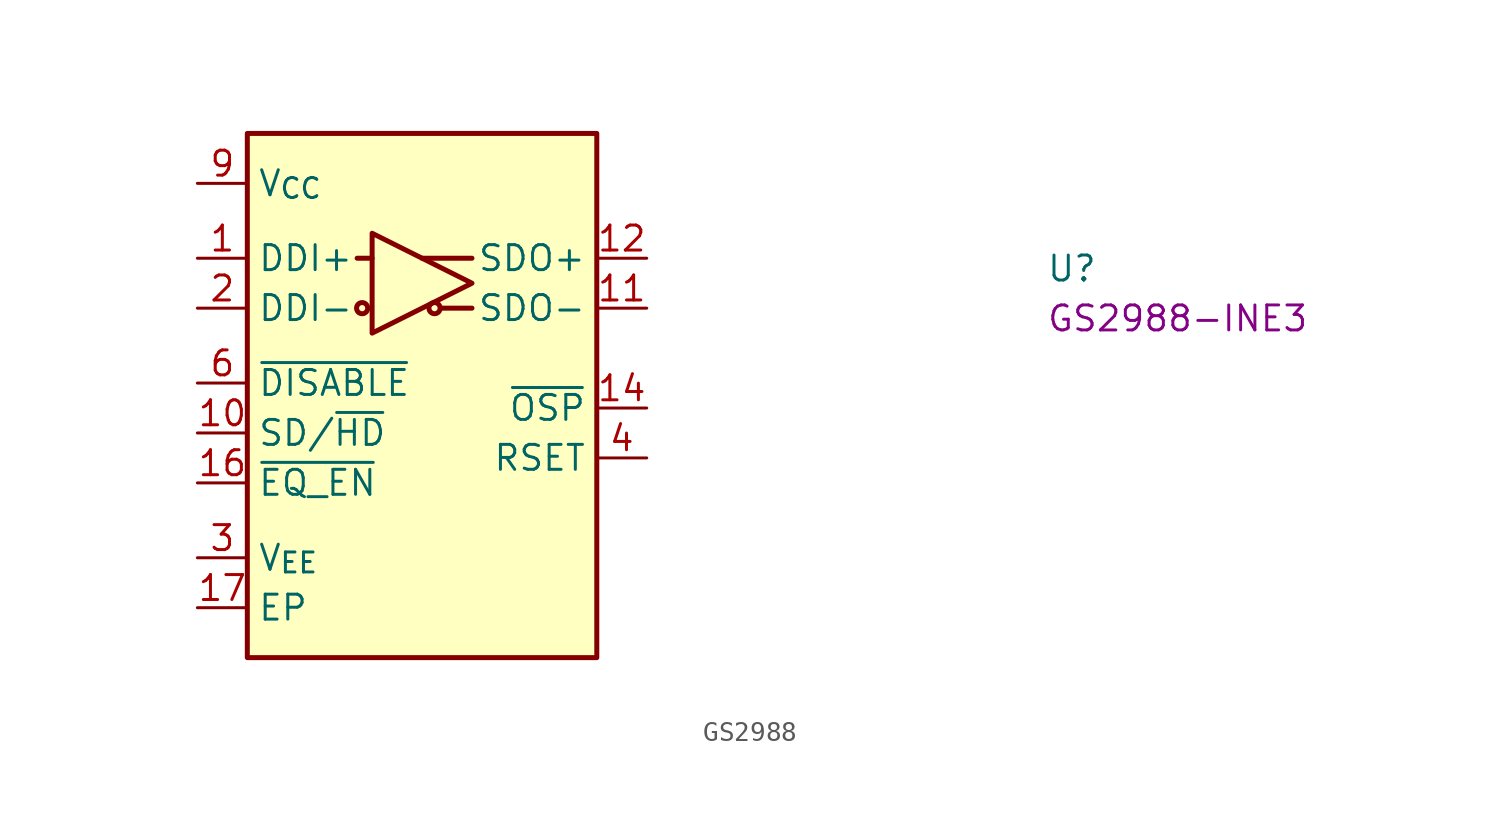
<source format=kicad_sym>
(kicad_symbol_lib
  (version 20220914)
  (generator kicad_symbol_editor)
  (symbol "GS2988"
    (property "Reference" "U"
      (at 43.18 -5.08 0)
      (effects (font (size 1.27 1.27) (thickness 0.15)) (justify left bottom)))
    (property "MPN" "GS2988-INE3"
      (at 43.18 -7.62 0)
      (effects (font (size 1.27 1.27) (thickness 0.15)) (justify left bottom)))
    (symbol "GS2988_0_1"
      (polyline (pts (xy 8.128 -3.81) (xy 8.89 -3.81)) (stroke (width 0.254) (type default)) (fill (type none)))
      (polyline (pts (xy 11.43 -3.81) (xy 13.97 -3.81)) (stroke (width 0.254) (type default)) (fill (type none)))
      (polyline (pts (xy 12.446 -6.35) (xy 13.97 -6.35)) (stroke (width 0.254) (type default)) (fill (type none)))
      (rectangle (start 2.54 2.54) (end 20.32 -24.13) (stroke (width 0.254) (type default)) (fill (type background)))
      (circle (center 8.382 -6.35) (radius 0.284) (stroke (width 0.254) (type default)) (fill (type none)))
      (circle (center 12.065 -6.35) (radius 0.284) (stroke (width 0.254) (type default)) (fill (type none))))
    (symbol "GS2988_1_1"
      (polyline (pts (xy 8.89 -2.54) (xy 13.97 -5.08) (xy 8.89 -7.62) (xy 8.89 -2.54)) (stroke (width 0.254) (type default)) (fill (type background)))
      (pin input line (at 0 -3.81 0) (length 2.54) (name "DDI+" (effects (font (size 1.27 1.27)))) (number "1" (effects (font (size 1.27 1.27)))))
      (pin input line (at 0 -12.7 0) (length 2.54) (name "SD/~{HD}" (effects (font (size 1.27 1.27)))) (number "10" (effects (font (size 1.27 1.27)))))
      (pin output line (at 22.86 -6.35 180) (length 2.54) (name "SDO-" (effects (font (size 1.27 1.27)))) (number "11" (effects (font (size 1.27 1.27)))))
      (pin output line (at 22.86 -3.81 180) (length 2.54) (name "SDO+" (effects (font (size 1.27 1.27)))) (number "12" (effects (font (size 1.27 1.27)))))
      (pin no_connect line (at 20.32 -20.32 180) (length 2.54) hide (name "NC" (effects (font (size 1.27 1.27)))) (number "13" (effects (font (size 1.27 1.27)))))
      (pin output line (at 22.86 -11.43 180) (length 2.54) (name "~{OSP}" (effects (font (size 1.27 1.27)))) (number "14" (effects (font (size 1.27 1.27)))))
      (pin no_connect line (at 20.32 -21.59 180) (length 2.54) hide (name "NC" (effects (font (size 1.27 1.27)))) (number "15" (effects (font (size 1.27 1.27)))))
      (pin input line (at 0 -15.24 0) (length 2.54) (name "~{EQ_EN}" (effects (font (size 1.27 1.27)))) (number "16" (effects (font (size 1.27 1.27)))))
      (pin passive line (at 0 -21.59 0) (length 2.54) (name "EP" (effects (font (size 1.27 1.27)))) (number "17" (effects (font (size 1.27 1.27)))))
      (pin input line (at 0 -6.35 0) (length 2.54) (name "DDI-" (effects (font (size 1.27 1.27)))) (number "2" (effects (font (size 1.27 1.27)))))
      (pin power_in line (at 0 -19.05 0) (length 2.54) (name "V_{EE}" (effects (font (size 1.27 1.27)))) (number "3" (effects (font (size 1.27 1.27)))))
      (pin passive line (at 22.86 -13.97 180) (length 2.54) (name "RSET" (effects (font (size 1.27 1.27)))) (number "4" (effects (font (size 1.27 1.27)))))
      (pin no_connect line (at 20.32 -16.51 180) (length 2.54) hide (name "NC" (effects (font (size 1.27 1.27)))) (number "5" (effects (font (size 1.27 1.27)))))
      (pin input line (at 0 -10.16 0) (length 2.54) (name "~{DISABLE}" (effects (font (size 1.27 1.27)))) (number "6" (effects (font (size 1.27 1.27)))))
      (pin no_connect line (at 20.32 -17.78 180) (length 2.54) hide (name "NC" (effects (font (size 1.27 1.27)))) (number "7" (effects (font (size 1.27 1.27)))))
      (pin no_connect line (at 20.32 -19.05 180) (length 2.54) hide (name "NC" (effects (font (size 1.27 1.27)))) (number "8" (effects (font (size 1.27 1.27)))))
      (pin power_in line (at 0 0 0) (length 2.54) (name "V_{CC}" (effects (font (size 1.27 1.27)))) (number "9" (effects (font (size 1.27 1.27))))))))
</source>
